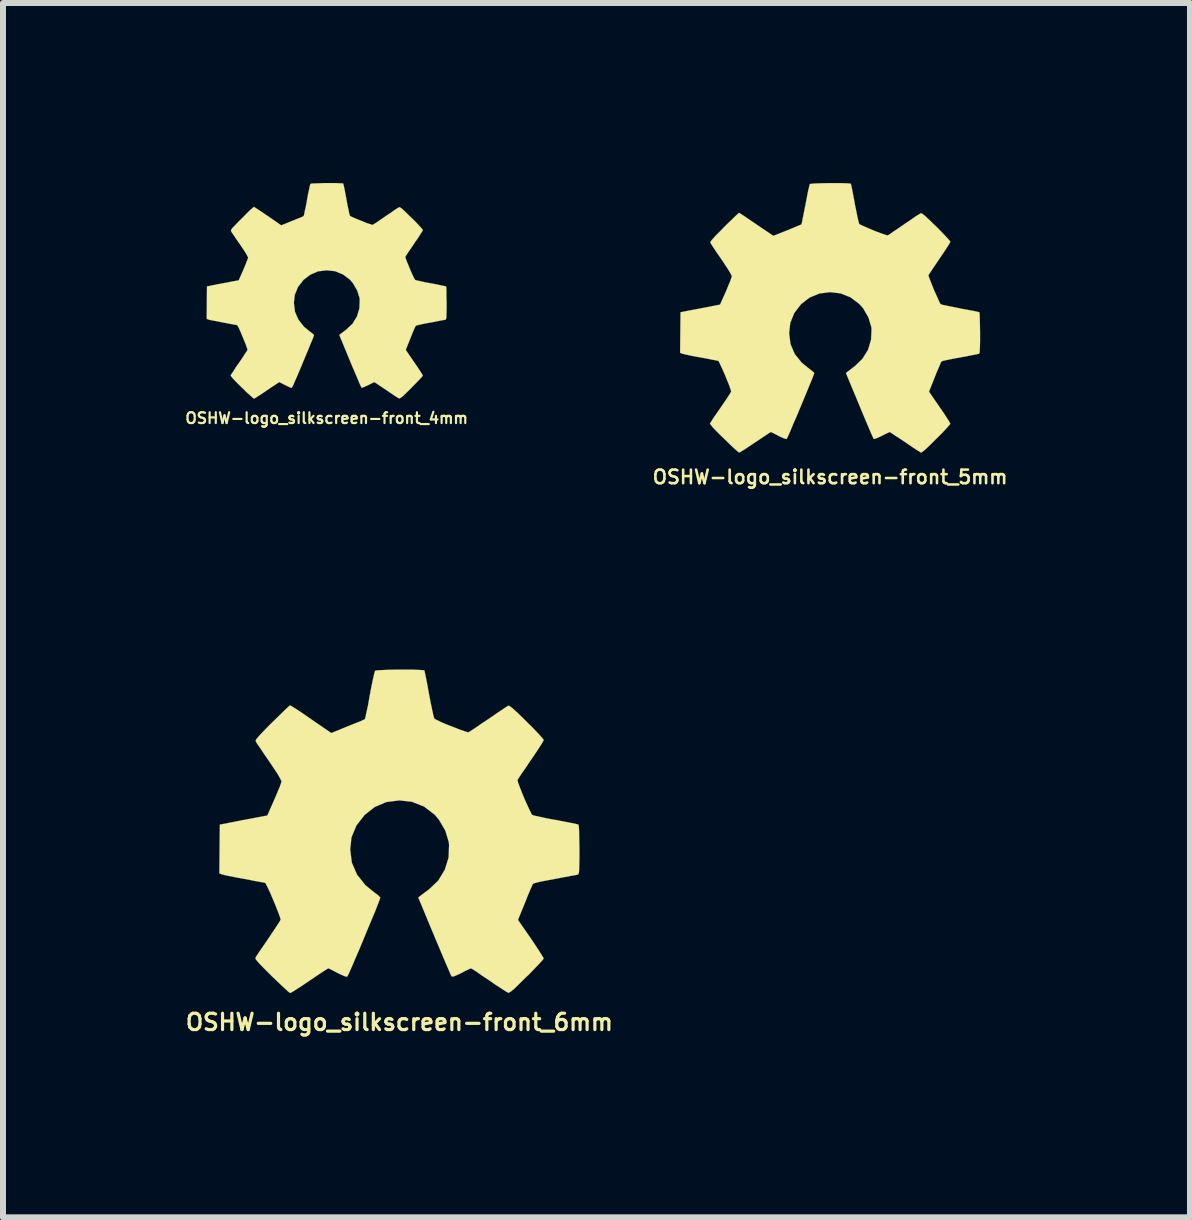
<source format=kicad_pcb>
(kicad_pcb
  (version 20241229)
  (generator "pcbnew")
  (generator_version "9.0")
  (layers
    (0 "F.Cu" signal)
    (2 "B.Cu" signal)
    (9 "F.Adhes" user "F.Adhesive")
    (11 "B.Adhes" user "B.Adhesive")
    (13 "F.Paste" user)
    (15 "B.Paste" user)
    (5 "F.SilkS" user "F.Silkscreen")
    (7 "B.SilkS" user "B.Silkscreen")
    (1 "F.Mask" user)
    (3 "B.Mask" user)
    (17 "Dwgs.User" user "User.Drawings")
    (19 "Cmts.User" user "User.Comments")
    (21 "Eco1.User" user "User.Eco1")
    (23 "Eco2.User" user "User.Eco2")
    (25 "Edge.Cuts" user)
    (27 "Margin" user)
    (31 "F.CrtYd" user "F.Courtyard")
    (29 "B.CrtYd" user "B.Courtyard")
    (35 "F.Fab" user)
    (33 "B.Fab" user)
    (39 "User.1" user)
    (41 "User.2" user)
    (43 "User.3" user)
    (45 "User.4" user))
  (footprint "OSHW-logo_silkscreen-front_4mm"
    (layer "F.Cu")
    (at 2.393 1.797)
    (property "Reference" "OSHW-logo_silkscreen-front_4mm" (at 0 2.121 0) (layer "F.SilkS") (effects (font (size 0.18 0.18) (thickness 0.036))))
    (attr through_hole)
    (fp_poly (pts (xy -1.212 1.796) (xy -1.191 1.786) (xy -1.143 1.755) (xy -1.077 1.712) (xy -0.998 1.659) (xy -0.919 1.605) (xy -0.853 1.562) (xy -0.808 1.532) (xy -0.79 1.521) (xy -0.78 1.524) (xy -0.742 1.544) (xy -0.686 1.572) (xy -0.655 1.587) (xy -0.605 1.61) (xy -0.579 1.615) (xy -0.577 1.608) (xy -0.556 1.57) (xy -0.528 1.504) (xy -0.49 1.417) (xy -0.447 1.316) (xy -0.401 1.206) (xy -0.356 1.095) (xy -0.31 0.988) (xy -0.272 0.892) (xy -0.239 0.815) (xy -0.218 0.759) (xy -0.211 0.737) (xy -0.213 0.732) (xy -0.239 0.709) (xy -0.282 0.676) (xy -0.378 0.597) (xy -0.47 0.48) (xy -0.528 0.348) (xy -0.546 0.201) (xy -0.531 0.066) (xy -0.478 -0.064) (xy -0.386 -0.183) (xy -0.274 -0.269) (xy -0.145 -0.325) (xy 0 -0.343) (xy 0.14 -0.328) (xy 0.272 -0.274) (xy 0.391 -0.185) (xy 0.439 -0.127) (xy 0.508 -0.008) (xy 0.549 0.119) (xy 0.551 0.15) (xy 0.546 0.292) (xy 0.505 0.427) (xy 0.432 0.546) (xy 0.328 0.645) (xy 0.315 0.655) (xy 0.267 0.691) (xy 0.236 0.714) (xy 0.211 0.734) (xy 0.389 1.166) (xy 0.417 1.234) (xy 0.467 1.351) (xy 0.511 1.453) (xy 0.544 1.534) (xy 0.569 1.587) (xy 0.579 1.61) (xy 0.594 1.613) (xy 0.627 1.6) (xy 0.688 1.572) (xy 0.729 1.552) (xy 0.775 1.529) (xy 0.795 1.521) (xy 0.813 1.532) (xy 0.856 1.56) (xy 0.919 1.603) (xy 0.996 1.654) (xy 1.069 1.704) (xy 1.138 1.75) (xy 1.186 1.781) (xy 1.212 1.793) (xy 1.214 1.793) (xy 1.234 1.781) (xy 1.275 1.75) (xy 1.333 1.694) (xy 1.415 1.613) (xy 1.427 1.6) (xy 1.496 1.529) (xy 1.552 1.471) (xy 1.59 1.43) (xy 1.603 1.412) (xy 1.59 1.387) (xy 1.56 1.339) (xy 1.514 1.27) (xy 1.46 1.191) (xy 1.318 0.983) (xy 1.397 0.787) (xy 1.42 0.729) (xy 1.45 0.655) (xy 1.473 0.605) (xy 1.486 0.582) (xy 1.506 0.574) (xy 1.56 0.561) (xy 1.638 0.544) (xy 1.73 0.528) (xy 1.819 0.511) (xy 1.897 0.495) (xy 1.956 0.485) (xy 1.981 0.48) (xy 1.986 0.475) (xy 1.991 0.462) (xy 1.996 0.437) (xy 1.996 0.389) (xy 1.999 0.312) (xy 1.999 0.201) (xy 1.999 0.191) (xy 1.996 0.084) (xy 1.996 0) (xy 1.994 -0.053) (xy 1.989 -0.074) (xy 1.963 -0.081) (xy 1.908 -0.091) (xy 1.829 -0.109) (xy 1.732 -0.127) (xy 1.727 -0.127) (xy 1.633 -0.145) (xy 1.554 -0.163) (xy 1.499 -0.175) (xy 1.476 -0.183) (xy 1.471 -0.188) (xy 1.45 -0.226) (xy 1.422 -0.284) (xy 1.392 -0.356) (xy 1.361 -0.429) (xy 1.333 -0.498) (xy 1.316 -0.546) (xy 1.311 -0.569) (xy 1.326 -0.592) (xy 1.359 -0.643) (xy 1.405 -0.709) (xy 1.46 -0.79) (xy 1.463 -0.798) (xy 1.519 -0.876) (xy 1.562 -0.945) (xy 1.593 -0.993) (xy 1.603 -1.013) (xy 1.603 -1.016) (xy 1.585 -1.039) (xy 1.544 -1.085) (xy 1.486 -1.146) (xy 1.415 -1.217) (xy 1.392 -1.237) (xy 1.316 -1.313) (xy 1.262 -1.364) (xy 1.227 -1.389) (xy 1.212 -1.397) (xy 1.212 -1.394) (xy 1.186 -1.382) (xy 1.135 -1.349) (xy 1.067 -1.3) (xy 0.986 -1.247) (xy 0.98 -1.242) (xy 0.902 -1.189) (xy 0.836 -1.143) (xy 0.787 -1.113) (xy 0.767 -1.1) (xy 0.762 -1.1) (xy 0.732 -1.11) (xy 0.673 -1.128) (xy 0.605 -1.156) (xy 0.531 -1.186) (xy 0.462 -1.214) (xy 0.411 -1.237) (xy 0.389 -1.25) (xy 0.389 -1.252) (xy 0.378 -1.28) (xy 0.366 -1.341) (xy 0.348 -1.422) (xy 0.33 -1.521) (xy 0.328 -1.537) (xy 0.31 -1.631) (xy 0.295 -1.709) (xy 0.282 -1.765) (xy 0.277 -1.788) (xy 0.264 -1.791) (xy 0.216 -1.793) (xy 0.145 -1.796) (xy 0.058 -1.796) (xy -0.03 -1.796) (xy -0.117 -1.793) (xy -0.193 -1.791) (xy -0.246 -1.788) (xy -0.269 -1.783) (xy -0.272 -1.781) (xy -0.279 -1.753) (xy -0.292 -1.692) (xy -0.31 -1.61) (xy -0.328 -1.511) (xy -0.33 -1.494) (xy -0.348 -1.4) (xy -0.366 -1.321) (xy -0.376 -1.267) (xy -0.384 -1.247) (xy -0.391 -1.242) (xy -0.429 -1.224) (xy -0.493 -1.199) (xy -0.574 -1.166) (xy -0.757 -1.092) (xy -0.98 -1.247) (xy -1.001 -1.26) (xy -1.082 -1.316) (xy -1.148 -1.359) (xy -1.194 -1.389) (xy -1.214 -1.4) (xy -1.237 -1.379) (xy -1.283 -1.339) (xy -1.344 -1.278) (xy -1.412 -1.209) (xy -1.466 -1.156) (xy -1.527 -1.092) (xy -1.567 -1.052) (xy -1.587 -1.024) (xy -1.595 -1.006) (xy -1.593 -0.996) (xy -1.58 -0.973) (xy -1.547 -0.925) (xy -1.501 -0.856) (xy -1.445 -0.777) (xy -1.4 -0.709) (xy -1.351 -0.635) (xy -1.321 -0.582) (xy -1.308 -0.554) (xy -1.311 -0.544) (xy -1.328 -0.5) (xy -1.354 -0.432) (xy -1.387 -0.353) (xy -1.466 -0.175) (xy -1.582 -0.155) (xy -1.654 -0.14) (xy -1.753 -0.122) (xy -1.847 -0.104) (xy -1.994 -0.074) (xy -1.999 0.465) (xy -1.976 0.475) (xy -1.953 0.483) (xy -1.9 0.493) (xy -1.821 0.508) (xy -1.73 0.526) (xy -1.651 0.541) (xy -1.572 0.556) (xy -1.516 0.566) (xy -1.491 0.572) (xy -1.483 0.582) (xy -1.463 0.62) (xy -1.435 0.681) (xy -1.405 0.754) (xy -1.374 0.828) (xy -1.346 0.899) (xy -1.326 0.953) (xy -1.318 0.98) (xy -1.328 1.001) (xy -1.359 1.046) (xy -1.402 1.113) (xy -1.455 1.191) (xy -1.511 1.27) (xy -1.554 1.339) (xy -1.587 1.387) (xy -1.6 1.407) (xy -1.593 1.422) (xy -1.562 1.46) (xy -1.504 1.521) (xy -1.415 1.61) (xy -1.4 1.623) (xy -1.331 1.692) (xy -1.27 1.745) (xy -1.229 1.783) (xy -1.212 1.796)) (stroke (width 0.003) (type solid)) (fill yes) (layer "F.SilkS")))
  (footprint "OSHW-logo_silkscreen-front_6mm"
    (layer "F.Cu")
    (at 3.605 10.803)
    (property "Reference" "OSHW-logo_silkscreen-front_6mm" (at 0 3.18 0) (layer "F.SilkS") (effects (font (size 0.272 0.272) (thickness 0.053))))
    (attr through_hole)
    (fp_poly (pts (xy -1.819 2.695) (xy -1.786 2.677) (xy -1.717 2.634) (xy -1.615 2.568) (xy -1.499 2.489) (xy -1.379 2.408) (xy -1.28 2.342) (xy -1.212 2.299) (xy -1.184 2.283) (xy -1.168 2.289) (xy -1.113 2.316) (xy -1.031 2.36) (xy -0.983 2.383) (xy -0.907 2.416) (xy -0.871 2.423) (xy -0.864 2.413) (xy -0.836 2.355) (xy -0.792 2.256) (xy -0.737 2.126) (xy -0.671 1.974) (xy -0.602 1.808) (xy -0.533 1.641) (xy -0.467 1.483) (xy -0.406 1.339) (xy -0.361 1.222) (xy -0.33 1.14) (xy -0.318 1.105) (xy -0.323 1.097) (xy -0.358 1.062) (xy -0.424 1.013) (xy -0.566 0.897) (xy -0.706 0.721) (xy -0.792 0.523) (xy -0.82 0.302) (xy -0.798 0.099) (xy -0.716 -0.097) (xy -0.579 -0.274) (xy -0.411 -0.406) (xy -0.218 -0.488) (xy 0 -0.516) (xy 0.208 -0.493) (xy 0.409 -0.414) (xy 0.587 -0.279) (xy 0.66 -0.193) (xy 0.765 -0.013) (xy 0.823 0.178) (xy 0.828 0.226) (xy 0.82 0.437) (xy 0.757 0.64) (xy 0.648 0.82) (xy 0.493 0.968) (xy 0.472 0.983) (xy 0.401 1.036) (xy 0.353 1.072) (xy 0.315 1.102) (xy 0.584 1.75) (xy 0.627 1.852) (xy 0.701 2.027) (xy 0.765 2.179) (xy 0.818 2.301) (xy 0.853 2.383) (xy 0.869 2.416) (xy 0.871 2.416) (xy 0.894 2.421) (xy 0.942 2.403) (xy 1.034 2.36) (xy 1.092 2.329) (xy 1.161 2.296) (xy 1.191 2.283) (xy 1.219 2.296) (xy 1.285 2.339) (xy 1.379 2.405) (xy 1.496 2.482) (xy 1.605 2.558) (xy 1.707 2.624) (xy 1.781 2.672) (xy 1.816 2.69) (xy 1.821 2.69) (xy 1.854 2.672) (xy 1.913 2.624) (xy 1.999 2.54) (xy 2.123 2.418) (xy 2.144 2.4) (xy 2.245 2.296) (xy 2.329 2.207) (xy 2.385 2.146) (xy 2.405 2.118) (xy 2.385 2.083) (xy 2.339 2.009) (xy 2.273 1.908) (xy 2.192 1.786) (xy 1.976 1.476) (xy 2.095 1.184) (xy 2.131 1.092) (xy 2.177 0.983) (xy 2.21 0.907) (xy 2.228 0.871) (xy 2.261 0.861) (xy 2.339 0.841) (xy 2.456 0.818) (xy 2.596 0.792) (xy 2.728 0.767) (xy 2.847 0.744) (xy 2.934 0.729) (xy 2.972 0.721) (xy 2.982 0.714) (xy 2.99 0.696) (xy 2.995 0.655) (xy 2.997 0.582) (xy 3 0.467) (xy 3 0.302) (xy 3 0.284) (xy 2.997 0.127) (xy 2.995 0.003) (xy 2.99 -0.079) (xy 2.985 -0.112) (xy 2.946 -0.122) (xy 2.863 -0.14) (xy 2.743 -0.163) (xy 2.601 -0.191) (xy 2.591 -0.191) (xy 2.449 -0.218) (xy 2.332 -0.244) (xy 2.248 -0.262) (xy 2.212 -0.274) (xy 2.205 -0.284) (xy 2.177 -0.34) (xy 2.136 -0.427) (xy 2.088 -0.533) (xy 2.042 -0.645) (xy 2.002 -0.747) (xy 1.976 -0.82) (xy 1.968 -0.856) (xy 1.989 -0.889) (xy 2.037 -0.963) (xy 2.108 -1.064) (xy 2.189 -1.186) (xy 2.197 -1.196) (xy 2.278 -1.316) (xy 2.344 -1.417) (xy 2.388 -1.488) (xy 2.405 -1.521) (xy 2.405 -1.524) (xy 2.377 -1.56) (xy 2.316 -1.628) (xy 2.228 -1.72) (xy 2.123 -1.824) (xy 2.09 -1.857) (xy 1.974 -1.971) (xy 1.892 -2.045) (xy 1.841 -2.085) (xy 1.819 -2.095) (xy 1.816 -2.093) (xy 1.781 -2.073) (xy 1.704 -2.022) (xy 1.603 -1.953) (xy 1.481 -1.869) (xy 1.473 -1.864) (xy 1.351 -1.783) (xy 1.252 -1.714) (xy 1.181 -1.669) (xy 1.151 -1.651) (xy 1.146 -1.651) (xy 1.097 -1.664) (xy 1.011 -1.694) (xy 0.907 -1.735) (xy 0.795 -1.778) (xy 0.693 -1.821) (xy 0.62 -1.857) (xy 0.584 -1.877) (xy 0.582 -1.877) (xy 0.569 -1.92) (xy 0.549 -2.012) (xy 0.523 -2.134) (xy 0.495 -2.281) (xy 0.49 -2.304) (xy 0.465 -2.449) (xy 0.442 -2.565) (xy 0.424 -2.647) (xy 0.417 -2.682) (xy 0.396 -2.685) (xy 0.325 -2.69) (xy 0.218 -2.695) (xy 0.089 -2.695) (xy -0.046 -2.695) (xy -0.178 -2.692) (xy -0.29 -2.687) (xy -0.371 -2.682) (xy -0.406 -2.675) (xy -0.406 -2.672) (xy -0.419 -2.629) (xy -0.439 -2.54) (xy -0.465 -2.416) (xy -0.493 -2.268) (xy -0.498 -2.24) (xy -0.523 -2.098) (xy -0.549 -1.981) (xy -0.566 -1.902) (xy -0.574 -1.869) (xy -0.587 -1.864) (xy -0.645 -1.836) (xy -0.742 -1.798) (xy -0.861 -1.75) (xy -1.135 -1.638) (xy -1.471 -1.869) (xy -1.501 -1.89) (xy -1.623 -1.974) (xy -1.722 -2.04) (xy -1.793 -2.083) (xy -1.821 -2.101) (xy -1.824 -2.098) (xy -1.857 -2.07) (xy -1.923 -2.007) (xy -2.014 -1.918) (xy -2.121 -1.814) (xy -2.2 -1.735) (xy -2.291 -1.641) (xy -2.349 -1.577) (xy -2.383 -1.537) (xy -2.395 -1.511) (xy -2.39 -1.494) (xy -2.37 -1.46) (xy -2.319 -1.387) (xy -2.25 -1.283) (xy -2.169 -1.166) (xy -2.101 -1.064) (xy -2.027 -0.953) (xy -1.981 -0.871) (xy -1.963 -0.833) (xy -1.968 -0.815) (xy -1.991 -0.749) (xy -2.032 -0.65) (xy -2.083 -0.531) (xy -2.2 -0.264) (xy -2.375 -0.231) (xy -2.479 -0.211) (xy -2.629 -0.183) (xy -2.771 -0.155) (xy -2.992 -0.112) (xy -3 0.699) (xy -2.964 0.714) (xy -2.931 0.724) (xy -2.85 0.742) (xy -2.733 0.765) (xy -2.596 0.79) (xy -2.477 0.813) (xy -2.36 0.836) (xy -2.273 0.851) (xy -2.235 0.859) (xy -2.228 0.871) (xy -2.197 0.93) (xy -2.154 1.021) (xy -2.108 1.13) (xy -2.06 1.245) (xy -2.019 1.349) (xy -1.989 1.43) (xy -1.979 1.471) (xy -1.994 1.501) (xy -2.04 1.572) (xy -2.106 1.671) (xy -2.184 1.788) (xy -2.266 1.908) (xy -2.334 2.007) (xy -2.383 2.08) (xy -2.4 2.113) (xy -2.39 2.136) (xy -2.344 2.192) (xy -2.256 2.283) (xy -2.123 2.416) (xy -2.101 2.436) (xy -1.996 2.537) (xy -1.908 2.619) (xy -1.847 2.675) (xy -1.819 2.695)) (stroke (width 0.003) (type solid)) (fill yes) (layer "F.SilkS")))
  (footprint "OSHW-logo_silkscreen-front_5mm"
    (layer "F.Cu")
    (at 10.782 2.247)
    (property "Reference" "OSHW-logo_silkscreen-front_5mm" (at 0 2.652 0) (layer "F.SilkS") (effects (font (size 0.226 0.226) (thickness 0.043))))
    (attr through_hole)
    (fp_poly (pts (xy -1.514 2.245) (xy -1.488 2.23) (xy -1.43 2.195) (xy -1.346 2.139) (xy -1.247 2.073) (xy -1.148 2.007) (xy -1.067 1.953) (xy -1.011 1.915) (xy -0.986 1.902) (xy -0.973 1.908) (xy -0.927 1.93) (xy -0.859 1.966) (xy -0.818 1.986) (xy -0.757 2.012) (xy -0.724 2.019) (xy -0.719 2.009) (xy -0.696 1.961) (xy -0.66 1.88) (xy -0.615 1.77) (xy -0.559 1.643) (xy -0.503 1.509) (xy -0.445 1.369) (xy -0.389 1.234) (xy -0.34 1.115) (xy -0.3 1.019) (xy -0.274 0.95) (xy -0.264 0.922) (xy -0.267 0.914) (xy -0.3 0.884) (xy -0.353 0.843) (xy -0.472 0.747) (xy -0.589 0.602) (xy -0.66 0.437) (xy -0.683 0.251) (xy -0.663 0.081) (xy -0.597 -0.081) (xy -0.483 -0.229) (xy -0.343 -0.338) (xy -0.18 -0.406) (xy 0 -0.429) (xy 0.173 -0.409) (xy 0.34 -0.343) (xy 0.488 -0.231) (xy 0.551 -0.16) (xy 0.638 -0.01) (xy 0.686 0.147) (xy 0.691 0.188) (xy 0.683 0.363) (xy 0.632 0.533) (xy 0.538 0.683) (xy 0.409 0.808) (xy 0.394 0.818) (xy 0.335 0.864) (xy 0.295 0.894) (xy 0.264 0.919) (xy 0.488 1.458) (xy 0.523 1.542) (xy 0.584 1.689) (xy 0.638 1.816) (xy 0.681 1.918) (xy 0.711 1.984) (xy 0.724 2.012) (xy 0.724 2.014) (xy 0.744 2.017) (xy 0.785 2.002) (xy 0.861 1.966) (xy 0.909 1.941) (xy 0.968 1.913) (xy 0.993 1.902) (xy 1.016 1.915) (xy 1.069 1.951) (xy 1.151 2.004) (xy 1.247 2.068) (xy 1.339 2.131) (xy 1.422 2.187) (xy 1.483 2.225) (xy 1.514 2.243) (xy 1.519 2.243) (xy 1.544 2.228) (xy 1.593 2.187) (xy 1.666 2.118) (xy 1.77 2.014) (xy 1.786 1.999) (xy 1.872 1.913) (xy 1.941 1.839) (xy 1.986 1.788) (xy 2.004 1.765) (xy 1.989 1.735) (xy 1.951 1.674) (xy 1.895 1.587) (xy 1.826 1.488) (xy 1.648 1.229) (xy 1.745 0.986) (xy 1.775 0.909) (xy 1.814 0.82) (xy 1.841 0.754) (xy 1.857 0.726) (xy 1.882 0.716) (xy 1.951 0.701) (xy 2.047 0.681) (xy 2.162 0.66) (xy 2.273 0.64) (xy 2.372 0.62) (xy 2.443 0.607) (xy 2.477 0.599) (xy 2.484 0.594) (xy 2.492 0.579) (xy 2.494 0.546) (xy 2.497 0.485) (xy 2.499 0.391) (xy 2.499 0.251) (xy 2.499 0.236) (xy 2.497 0.107) (xy 2.494 0) (xy 2.492 -0.066) (xy 2.487 -0.094) (xy 2.456 -0.102) (xy 2.385 -0.117) (xy 2.286 -0.135) (xy 2.167 -0.157) (xy 2.159 -0.16) (xy 2.042 -0.183) (xy 1.943 -0.203) (xy 1.872 -0.218) (xy 1.844 -0.229) (xy 1.836 -0.236) (xy 1.814 -0.282) (xy 1.781 -0.356) (xy 1.74 -0.445) (xy 1.702 -0.538) (xy 1.669 -0.622) (xy 1.646 -0.683) (xy 1.638 -0.711) (xy 1.641 -0.714) (xy 1.659 -0.742) (xy 1.699 -0.803) (xy 1.755 -0.886) (xy 1.824 -0.988) (xy 1.829 -0.996) (xy 1.897 -1.095) (xy 1.953 -1.181) (xy 1.989 -1.24) (xy 2.004 -1.267) (xy 2.004 -1.27) (xy 1.981 -1.3) (xy 1.93 -1.356) (xy 1.857 -1.433) (xy 1.77 -1.521) (xy 1.742 -1.547) (xy 1.643 -1.643) (xy 1.577 -1.704) (xy 1.534 -1.737) (xy 1.514 -1.745) (xy 1.483 -1.727) (xy 1.42 -1.687) (xy 1.336 -1.628) (xy 1.234 -1.56) (xy 1.227 -1.554) (xy 1.128 -1.486) (xy 1.044 -1.43) (xy 0.986 -1.389) (xy 0.958 -1.374) (xy 0.955 -1.374) (xy 0.914 -1.387) (xy 0.843 -1.412) (xy 0.754 -1.445) (xy 0.663 -1.483) (xy 0.579 -1.519) (xy 0.516 -1.547) (xy 0.485 -1.565) (xy 0.475 -1.6) (xy 0.457 -1.676) (xy 0.437 -1.778) (xy 0.411 -1.9) (xy 0.409 -1.92) (xy 0.386 -2.04) (xy 0.368 -2.139) (xy 0.353 -2.207) (xy 0.345 -2.235) (xy 0.33 -2.238) (xy 0.272 -2.243) (xy 0.183 -2.245) (xy 0.074 -2.245) (xy -0.038 -2.245) (xy -0.147 -2.243) (xy -0.241 -2.24) (xy -0.31 -2.235) (xy -0.338 -2.23) (xy -0.338 -2.228) (xy -0.348 -2.189) (xy -0.366 -2.116) (xy -0.386 -2.012) (xy -0.409 -1.89) (xy -0.414 -1.867) (xy -0.437 -1.75) (xy -0.457 -1.651) (xy -0.47 -1.585) (xy -0.478 -1.557) (xy -0.49 -1.552) (xy -0.538 -1.532) (xy -0.617 -1.499) (xy -0.716 -1.458) (xy -0.945 -1.367) (xy -1.227 -1.557) (xy -1.252 -1.575) (xy -1.354 -1.643) (xy -1.435 -1.699) (xy -1.494 -1.737) (xy -1.516 -1.75) (xy -1.519 -1.75) (xy -1.547 -1.725) (xy -1.603 -1.671) (xy -1.679 -1.598) (xy -1.768 -1.511) (xy -1.831 -1.445) (xy -1.91 -1.367) (xy -1.958 -1.313) (xy -1.986 -1.28) (xy -1.994 -1.26) (xy -1.991 -1.245) (xy -1.974 -1.217) (xy -1.933 -1.156) (xy -1.875 -1.069) (xy -1.806 -0.97) (xy -1.75 -0.886) (xy -1.689 -0.792) (xy -1.651 -0.726) (xy -1.636 -0.693) (xy -1.641 -0.681) (xy -1.659 -0.625) (xy -1.694 -0.541) (xy -1.735 -0.442) (xy -1.834 -0.221) (xy -1.979 -0.193) (xy -2.068 -0.175) (xy -2.189 -0.152) (xy -2.309 -0.13) (xy -2.492 -0.094) (xy -2.499 0.582) (xy -2.471 0.594) (xy -2.443 0.602) (xy -2.375 0.617) (xy -2.278 0.638) (xy -2.162 0.658) (xy -2.065 0.676) (xy -1.966 0.696) (xy -1.895 0.709) (xy -1.864 0.716) (xy -1.854 0.726) (xy -1.831 0.775) (xy -1.796 0.851) (xy -1.755 0.942) (xy -1.717 1.036) (xy -1.681 1.125) (xy -1.659 1.191) (xy -1.648 1.224) (xy -1.661 1.252) (xy -1.699 1.311) (xy -1.753 1.392) (xy -1.821 1.491) (xy -1.887 1.587) (xy -1.946 1.671) (xy -1.984 1.732) (xy -2.002 1.76) (xy -1.991 1.778) (xy -1.953 1.826) (xy -1.88 1.902) (xy -1.768 2.012) (xy -1.75 2.029) (xy -1.664 2.113) (xy -1.59 2.182) (xy -1.537 2.228) (xy -1.514 2.245)) (stroke (width 0.003) (type solid)) (fill yes) (layer "F.SilkS")))
  (gr_rect
    (start -3 -3)
    (end 16.779 17.235)
    (stroke (width 0.1) (type default))
    (fill no)
    (layer "Edge.Cuts")))
</source>
